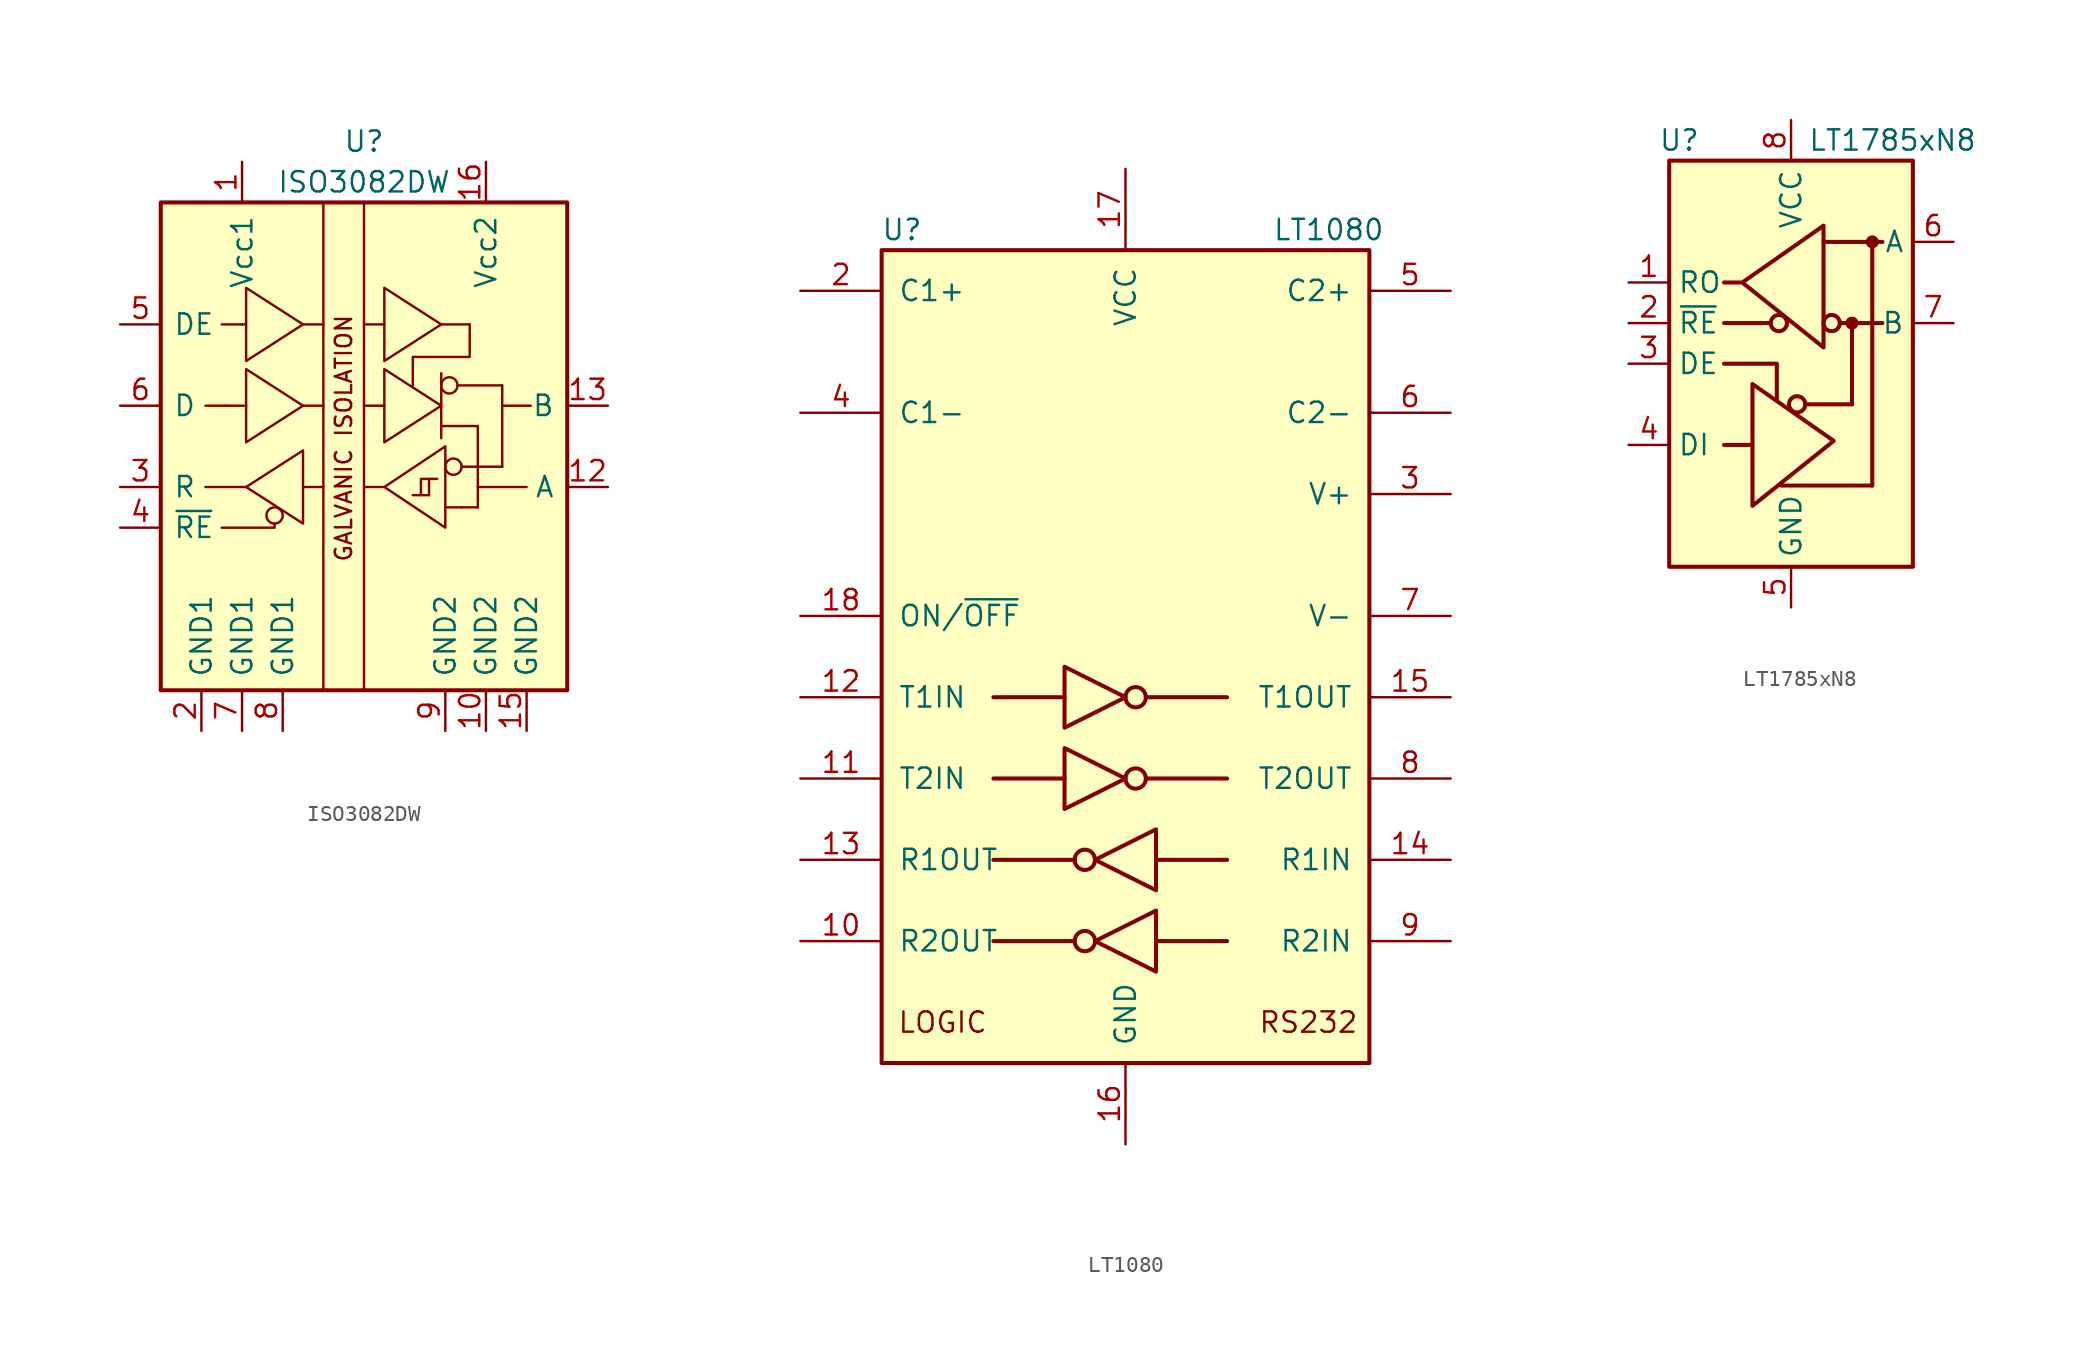
<source format=kicad_sym>
(kicad_symbol_lib
  (version 20200908)
  (generator kicad_symbol_editor)
  (symbol "Interface_UART:ISO3082DW"
    (pin_names
      (offset 0.762))
    (property "Reference" "U"
      (at 0 19.05 0)
      (effects (font (size 1.27 1.27))))
    (property "Value" "ISO3082DW"
      (at 0 16.51 0)
      (effects (font (size 1.27 1.27))))
    (symbol "ISO3082DW_0_1"
      (circle (center -5.588 -4.318) (radius 0.508) (stroke (width 0)) (fill (type none)))
      (circle (center 5.334 3.81) (radius 0.508) (stroke (width 0)) (fill (type none)))
      (circle (center 5.588 -1.27) (radius 0.508) (stroke (width 0)) (fill (type none)))
      (polyline (pts (xy -7.366 -2.54) (xy -9.906 -2.54)) (stroke (width 0)) (fill (type none)))
      (polyline (pts (xy -7.366 2.54) (xy -8.636 2.54)) (stroke (width 0)) (fill (type none)))
      (polyline (pts (xy -3.81 -2.54) (xy -2.54 -2.54)) (stroke (width 0)) (fill (type none)))
      (polyline (pts (xy -3.81 2.54) (xy -2.54 2.54)) (stroke (width 0)) (fill (type none)))
      (polyline (pts (xy -3.81 7.62) (xy -2.54 7.62)) (stroke (width 0)) (fill (type none)))
      (polyline (pts (xy 0 -2.54) (xy 1.27 -2.54)) (stroke (width 0)) (fill (type none)))
      (polyline (pts (xy 0 2.54) (xy 1.27 2.54)) (stroke (width 0)) (fill (type none)))
      (polyline (pts (xy 0 7.62) (xy 1.27 7.62)) (stroke (width 0)) (fill (type none)))
      (polyline (pts (xy 3.556 -2.286) (xy 3.556 -3.048)) (stroke (width 0)) (fill (type none)))
      (polyline (pts (xy 4.064 -3.048) (xy 3.048 -3.048)) (stroke (width 0)) (fill (type none)))
      (polyline (pts (xy 4.064 -2.286) (xy 4.064 -3.048)) (stroke (width 0)) (fill (type none)))
      (polyline (pts (xy 4.064 -2.286) (xy 4.064 -2.032)) (stroke (width 0)) (fill (type none)))
      (polyline (pts (xy 4.826 1.27) (xy 6.096 1.27)) (stroke (width 0)) (fill (type none)))
      (polyline (pts (xy 4.826 4.572) (xy 4.826 0.508)) (stroke (width 0)) (fill (type none)))
      (polyline (pts (xy 4.826 7.62) (xy 6.604 7.62)) (stroke (width 0)) (fill (type none)))
      (polyline (pts (xy 5.08 -3.81) (xy 6.096 -3.81)) (stroke (width 0)) (fill (type none)))
      (polyline (pts (xy 5.842 3.81) (xy 8.636 3.81)) (stroke (width 0)) (fill (type none)))
      (polyline (pts (xy 6.096 -1.27) (xy 8.636 -1.27)) (stroke (width 0)) (fill (type none)))
      (polyline (pts (xy 6.096 1.27) (xy 7.112 1.27)) (stroke (width 0)) (fill (type none)))
      (polyline (pts (xy 7.112 -3.81) (xy 6.096 -3.81)) (stroke (width 0)) (fill (type none)))
      (polyline (pts (xy 7.112 1.27) (xy 7.112 -3.81)) (stroke (width 0)) (fill (type none)))
      (polyline (pts (xy 8.636 -1.27) (xy 8.636 3.81)) (stroke (width 0)) (fill (type none)))
      (polyline (pts (xy 8.636 2.54) (xy 10.414 2.54)) (stroke (width 0)) (fill (type none)))
      (polyline (pts (xy -8.89 -5.08) (xy -5.588 -5.08) (xy -5.588 -4.826)) (stroke (width 0)) (fill (type none)))
      (polyline (pts (xy 3.556 -2.286) (xy 3.556 -2.032) (xy 4.572 -2.032)) (stroke (width 0)) (fill (type none)))
      (polyline (pts (xy 10.16 -2.54) (xy 8.89 -2.54) (xy 7.112 -2.54)) (stroke (width 0)) (fill (type none)))
      (polyline (pts (xy 1.27 -2.54) (xy 5.08 0) (xy 5.08 -5.08) (xy 1.27 -2.54)) (stroke (width 0)) (fill (type none)))
      (polyline (pts (xy 6.604 7.62) (xy 6.604 5.588) (xy 3.048 5.588) (xy 3.048 3.81)) (stroke (width 0)) (fill (type none))))
    (symbol "ISO3082DW_0_0"
      (text "GALVANIC ISOLATION" (at -1.27 0.508 900) (effects (font (size 1.016 1.016))))
      (rectangle (start -12.7 15.24) (end 12.7 -15.24) (stroke (width 0.254)) (fill (type background)))
      (polyline (pts (xy -8.636 2.54) (xy -9.906 2.54)) (stroke (width 0)) (fill (type none)))
      (polyline (pts (xy -7.62 7.62) (xy -8.89 7.62)) (stroke (width 0)) (fill (type none)))
      (polyline (pts (xy -7.366 7.62) (xy -7.62 7.62)) (stroke (width 0)) (fill (type none)))
      (polyline (pts (xy -2.54 15.24) (xy -2.54 -15.24)) (stroke (width 0)) (fill (type none)))
      (polyline (pts (xy 0 15.24) (xy 0 -15.24)) (stroke (width 0)) (fill (type none)))
      (polyline (pts (xy -7.366 4.826) (xy -7.366 0.254) (xy -3.81 2.54) (xy -7.366 4.826)) (stroke (width 0)) (fill (type none)))
      (polyline (pts (xy -7.366 9.906) (xy -7.366 5.334) (xy -3.81 7.62) (xy -7.366 9.906)) (stroke (width 0)) (fill (type none)))
      (polyline (pts (xy -3.81 -0.254) (xy -3.81 -4.826) (xy -7.366 -2.54) (xy -3.81 -0.254)) (stroke (width 0)) (fill (type none)))
      (polyline (pts (xy 1.27 9.906) (xy 1.27 5.334) (xy 4.826 7.62) (xy 1.27 9.906)) (stroke (width 0)) (fill (type none))))
    (symbol "ISO3082DW_1_0"
      (polyline (pts (xy 1.27 4.826) (xy 1.27 0.254) (xy 4.826 2.54) (xy 1.27 4.826)) (stroke (width 0)) (fill (type none))))
    (symbol "ISO3082DW_1_1"
      (pin power_in line (at -7.62 17.78 270) (length 2.54) (name "Vcc1" (effects (font (size 1.27 1.27)))) (number "1" (effects (font (size 1.27 1.27)))))
      (pin power_in line (at 7.62 -17.78 90) (length 2.54) (name "GND2" (effects (font (size 1.27 1.27)))) (number "10" (effects (font (size 1.27 1.27)))))
      (pin unconnected line (at 12.7 10.16 180) (length 2.54) hide (name "NC" (effects (font (size 1.27 1.27)))) (number "11" (effects (font (size 1.27 1.27)))))
      (pin bidirectional line (at 15.24 -2.54 180) (length 2.54) (name "A" (effects (font (size 1.27 1.27)))) (number "12" (effects (font (size 1.27 1.27)))))
      (pin bidirectional line (at 15.24 2.54 180) (length 2.54) (name "B" (effects (font (size 1.27 1.27)))) (number "13" (effects (font (size 1.27 1.27)))))
      (pin unconnected line (at 12.7 7.62 180) (length 2.54) hide (name "NC" (effects (font (size 1.27 1.27)))) (number "14" (effects (font (size 1.27 1.27)))))
      (pin power_in line (at 10.16 -17.78 90) (length 2.54) (name "GND2" (effects (font (size 1.27 1.27)))) (number "15" (effects (font (size 1.27 1.27)))))
      (pin power_in line (at 7.62 17.78 270) (length 2.54) (name "Vcc2" (effects (font (size 1.27 1.27)))) (number "16" (effects (font (size 1.27 1.27)))))
      (pin power_in line (at -10.16 -17.78 90) (length 2.54) (name "GND1" (effects (font (size 1.27 1.27)))) (number "2" (effects (font (size 1.27 1.27)))))
      (pin output line (at -15.24 -2.54 0) (length 2.54) (name "R" (effects (font (size 1.27 1.27)))) (number "3" (effects (font (size 1.27 1.27)))))
      (pin input line (at -15.24 -5.08 0) (length 2.54) (name "~RE" (effects (font (size 1.27 1.27)))) (number "4" (effects (font (size 1.27 1.27)))))
      (pin input line (at -15.24 7.62 0) (length 2.54) (name "DE" (effects (font (size 1.27 1.27)))) (number "5" (effects (font (size 1.27 1.27)))))
      (pin input line (at -15.24 2.54 0) (length 2.54) (name "D" (effects (font (size 1.27 1.27)))) (number "6" (effects (font (size 1.27 1.27)))))
      (pin power_in line (at -7.62 -17.78 90) (length 2.54) (name "GND1" (effects (font (size 1.27 1.27)))) (number "7" (effects (font (size 1.27 1.27)))))
      (pin power_in line (at -5.08 -17.78 90) (length 2.54) (name "GND1" (effects (font (size 1.27 1.27)))) (number "8" (effects (font (size 1.27 1.27)))))
      (pin power_in line (at 5.08 -17.78 90) (length 2.54) (name "GND2" (effects (font (size 1.27 1.27)))) (number "9" (effects (font (size 1.27 1.27)))))))
  (symbol "Interface_UART:LT1080"
    (pin_names
      (offset 1.016))
    (property "Reference" "U"
      (at -13.97 26.67 0)
      (effects (font (size 1.27 1.27))))
    (property "Value" "LT1080"
      (at 12.7 26.67 0)
      (effects (font (size 1.27 1.27))))
    (symbol "LT1080_0_1"
      (circle (center -2.54 -17.78) (radius 0.635) (stroke (width 0.254)) (fill (type none)))
      (circle (center -2.54 -12.7) (radius 0.635) (stroke (width 0.254)) (fill (type none)))
      (circle (center 0.635 -7.62) (radius 0.635) (stroke (width 0.254)) (fill (type none)))
      (circle (center 0.635 -2.54) (radius 0.635) (stroke (width 0.254)) (fill (type none)))
      (rectangle (start -15.24 -25.4) (end 15.24 25.4) (stroke (width 0.254)) (fill (type background)))
      (polyline (pts (xy -3.81 -7.62) (xy -8.255 -7.62)) (stroke (width 0.254)) (fill (type none)))
      (polyline (pts (xy -3.81 -2.54) (xy -8.255 -2.54)) (stroke (width 0.254)) (fill (type none)))
      (polyline (pts (xy -3.175 -17.78) (xy -8.255 -17.78)) (stroke (width 0.254)) (fill (type none)))
      (polyline (pts (xy -3.175 -12.7) (xy -8.255 -12.7)) (stroke (width 0.254)) (fill (type none)))
      (polyline (pts (xy 1.27 -7.62) (xy 6.35 -7.62)) (stroke (width 0.254)) (fill (type none)))
      (polyline (pts (xy 1.27 -2.54) (xy 6.35 -2.54)) (stroke (width 0.254)) (fill (type none)))
      (polyline (pts (xy 1.905 -17.78) (xy 6.35 -17.78)) (stroke (width 0.254)) (fill (type none)))
      (polyline (pts (xy 1.905 -12.7) (xy 6.35 -12.7)) (stroke (width 0.254)) (fill (type none)))
      (polyline (pts (xy -3.81 -5.715) (xy -3.81 -9.525) (xy 0 -7.62) (xy -3.81 -5.715)) (stroke (width 0.254)) (fill (type none)))
      (polyline (pts (xy -3.81 -0.635) (xy -3.81 -4.445) (xy 0 -2.54) (xy -3.81 -0.635)) (stroke (width 0.254)) (fill (type none)))
      (polyline (pts (xy 1.905 -15.875) (xy 1.905 -19.685) (xy -1.905 -17.78) (xy 1.905 -15.875)) (stroke (width 0.254)) (fill (type none)))
      (polyline (pts (xy 1.905 -10.795) (xy 1.905 -14.605) (xy -1.905 -12.7) (xy 1.905 -10.795)) (stroke (width 0.254)) (fill (type none))))
    (symbol "LT1080_0_0"
      (text "LOGIC" (at -11.43 -22.86 0) (effects (font (size 1.27 1.27))))
      (text "RS232" (at 11.43 -22.86 0) (effects (font (size 1.27 1.27)))))
    (symbol "LT1080_1_1"
      (pin unconnected line (at -20.32 5.08 0) (length 5.08) hide (name "NC" (effects (font (size 1.27 1.27)))) (number "1" (effects (font (size 1.27 1.27)))))
      (pin output line (at -20.32 -17.78 0) (length 5.08) (name "R2OUT" (effects (font (size 1.27 1.27)))) (number "10" (effects (font (size 1.27 1.27)))))
      (pin input line (at -20.32 -7.62 0) (length 5.08) (name "T2IN" (effects (font (size 1.27 1.27)))) (number "11" (effects (font (size 1.27 1.27)))))
      (pin input line (at -20.32 -2.54 0) (length 5.08) (name "T1IN" (effects (font (size 1.27 1.27)))) (number "12" (effects (font (size 1.27 1.27)))))
      (pin output line (at -20.32 -12.7 0) (length 5.08) (name "R1OUT" (effects (font (size 1.27 1.27)))) (number "13" (effects (font (size 1.27 1.27)))))
      (pin input line (at 20.32 -12.7 180) (length 5.08) (name "R1IN" (effects (font (size 1.27 1.27)))) (number "14" (effects (font (size 1.27 1.27)))))
      (pin output line (at 20.32 -2.54 180) (length 5.08) (name "T1OUT" (effects (font (size 1.27 1.27)))) (number "15" (effects (font (size 1.27 1.27)))))
      (pin power_in line (at 0 -30.48 90) (length 5.08) (name "GND" (effects (font (size 1.27 1.27)))) (number "16" (effects (font (size 1.27 1.27)))))
      (pin power_in line (at 0 30.48 270) (length 5.08) (name "VCC" (effects (font (size 1.27 1.27)))) (number "17" (effects (font (size 1.27 1.27)))))
      (pin input line (at -20.32 2.54 0) (length 5.08) (name "ON/~OFF" (effects (font (size 1.27 1.27)))) (number "18" (effects (font (size 1.27 1.27)))))
      (pin passive line (at -20.32 22.86 0) (length 5.08) (name "C1+" (effects (font (size 1.27 1.27)))) (number "2" (effects (font (size 1.27 1.27)))))
      (pin power_out line (at 20.32 10.16 180) (length 5.08) (name "V+" (effects (font (size 1.27 1.27)))) (number "3" (effects (font (size 1.27 1.27)))))
      (pin passive line (at -20.32 15.24 0) (length 5.08) (name "C1-" (effects (font (size 1.27 1.27)))) (number "4" (effects (font (size 1.27 1.27)))))
      (pin passive line (at 20.32 22.86 180) (length 5.08) (name "C2+" (effects (font (size 1.27 1.27)))) (number "5" (effects (font (size 1.27 1.27)))))
      (pin passive line (at 20.32 15.24 180) (length 5.08) (name "C2-" (effects (font (size 1.27 1.27)))) (number "6" (effects (font (size 1.27 1.27)))))
      (pin power_out line (at 20.32 2.54 180) (length 5.08) (name "V-" (effects (font (size 1.27 1.27)))) (number "7" (effects (font (size 1.27 1.27)))))
      (pin output line (at 20.32 -7.62 180) (length 5.08) (name "T2OUT" (effects (font (size 1.27 1.27)))) (number "8" (effects (font (size 1.27 1.27)))))
      (pin input line (at 20.32 -17.78 180) (length 5.08) (name "R2IN" (effects (font (size 1.27 1.27)))) (number "9" (effects (font (size 1.27 1.27)))))))
  (symbol "Interface_UART:LT1785xN8"
    (property "Reference" "U"
      (at -6.985 13.97 0)
      (effects (font (size 1.27 1.27))))
    (property "Value" "LT1785xN8"
      (at 6.35 13.97 0)
      (effects (font (size 1.27 1.27))))
    (symbol "LT1785xN8_1_1"
      (circle (center -0.762 2.54) (radius 0.508) (stroke (width 0.254)) (fill (type none)))
      (circle (center 0.381 -2.54) (radius 0.508) (stroke (width 0.254)) (fill (type none)))
      (circle (center 2.54 2.54) (radius 0.508) (stroke (width 0.254)) (fill (type none)))
      (circle (center 3.81 2.54) (radius 0.279) (stroke (width 0.254)) (fill (type outline)))
      (circle (center 5.08 7.62) (radius 0.279) (stroke (width 0.254)) (fill (type outline)))
      (polyline (pts (xy -4.191 2.54) (xy -1.27 2.54)) (stroke (width 0.254)) (fill (type none)))
      (polyline (pts (xy -2.54 -5.08) (xy -4.191 -5.08)) (stroke (width 0.254)) (fill (type none)))
      (polyline (pts (xy -0.635 -7.62) (xy 5.08 -7.62)) (stroke (width 0.254)) (fill (type none)))
      (polyline (pts (xy 0.889 -2.54) (xy 3.81 -2.54)) (stroke (width 0.254)) (fill (type none)))
      (polyline (pts (xy 2.032 7.62) (xy 5.715 7.62)) (stroke (width 0.254)) (fill (type none)))
      (polyline (pts (xy 3.048 2.54) (xy 5.715 2.54)) (stroke (width 0.254)) (fill (type none)))
      (polyline (pts (xy 3.81 -2.54) (xy 3.81 2.54)) (stroke (width 0.254)) (fill (type none)))
      (polyline (pts (xy 5.08 -7.62) (xy 5.08 7.62)) (stroke (width 0.254)) (fill (type none)))
      (polyline (pts (xy -4.191 0) (xy -0.889 0) (xy -0.889 -2.286)) (stroke (width 0.254)) (fill (type none)))
      (polyline (pts (xy -3.175 5.08) (xy -4.191 5.08) (xy -4.064 5.08)) (stroke (width 0.254)) (fill (type none)))
      (polyline (pts (xy -2.413 -5.08) (xy -2.413 -1.27) (xy 2.667 -4.826) (xy -2.413 -8.89) (xy -2.413 -5.08)) (stroke (width 0.254)) (fill (type none)))
      (polyline (pts (xy 2.032 4.826) (xy 2.032 8.636) (xy -3.048 5.08) (xy 2.032 1.016) (xy 2.032 4.826)) (stroke (width 0.254)) (fill (type none)))
      (pin output line (at -10.16 5.08 0) (length 2.54) (name "RO" (effects (font (size 1.27 1.27)))) (number "1" (effects (font (size 1.27 1.27)))))
      (pin input line (at -10.16 2.54 0) (length 2.54) (name "~RE" (effects (font (size 1.27 1.27)))) (number "2" (effects (font (size 1.27 1.27)))))
      (pin input line (at -10.16 0 0) (length 2.54) (name "DE" (effects (font (size 1.27 1.27)))) (number "3" (effects (font (size 1.27 1.27)))))
      (pin input line (at -10.16 -5.08 0) (length 2.54) (name "DI" (effects (font (size 1.27 1.27)))) (number "4" (effects (font (size 1.27 1.27)))))
      (pin power_in line (at 0 -15.24 90) (length 2.54) (name "GND" (effects (font (size 1.27 1.27)))) (number "5" (effects (font (size 1.27 1.27)))))
      (pin bidirectional line (at 10.16 7.62 180) (length 2.54) (name "A" (effects (font (size 1.27 1.27)))) (number "6" (effects (font (size 1.27 1.27)))))
      (pin bidirectional line (at 10.16 2.54 180) (length 2.54) (name "B" (effects (font (size 1.27 1.27)))) (number "7" (effects (font (size 1.27 1.27)))))
      (pin power_in line (at 0 15.24 270) (length 2.54) (name "VCC" (effects (font (size 1.27 1.27)))) (number "8" (effects (font (size 1.27 1.27))))))
    (symbol "LT1785xN8_0_1"
      (rectangle (start -7.62 12.7) (end 7.62 -12.7) (stroke (width 0.254)) (fill (type background))))))
</source>
